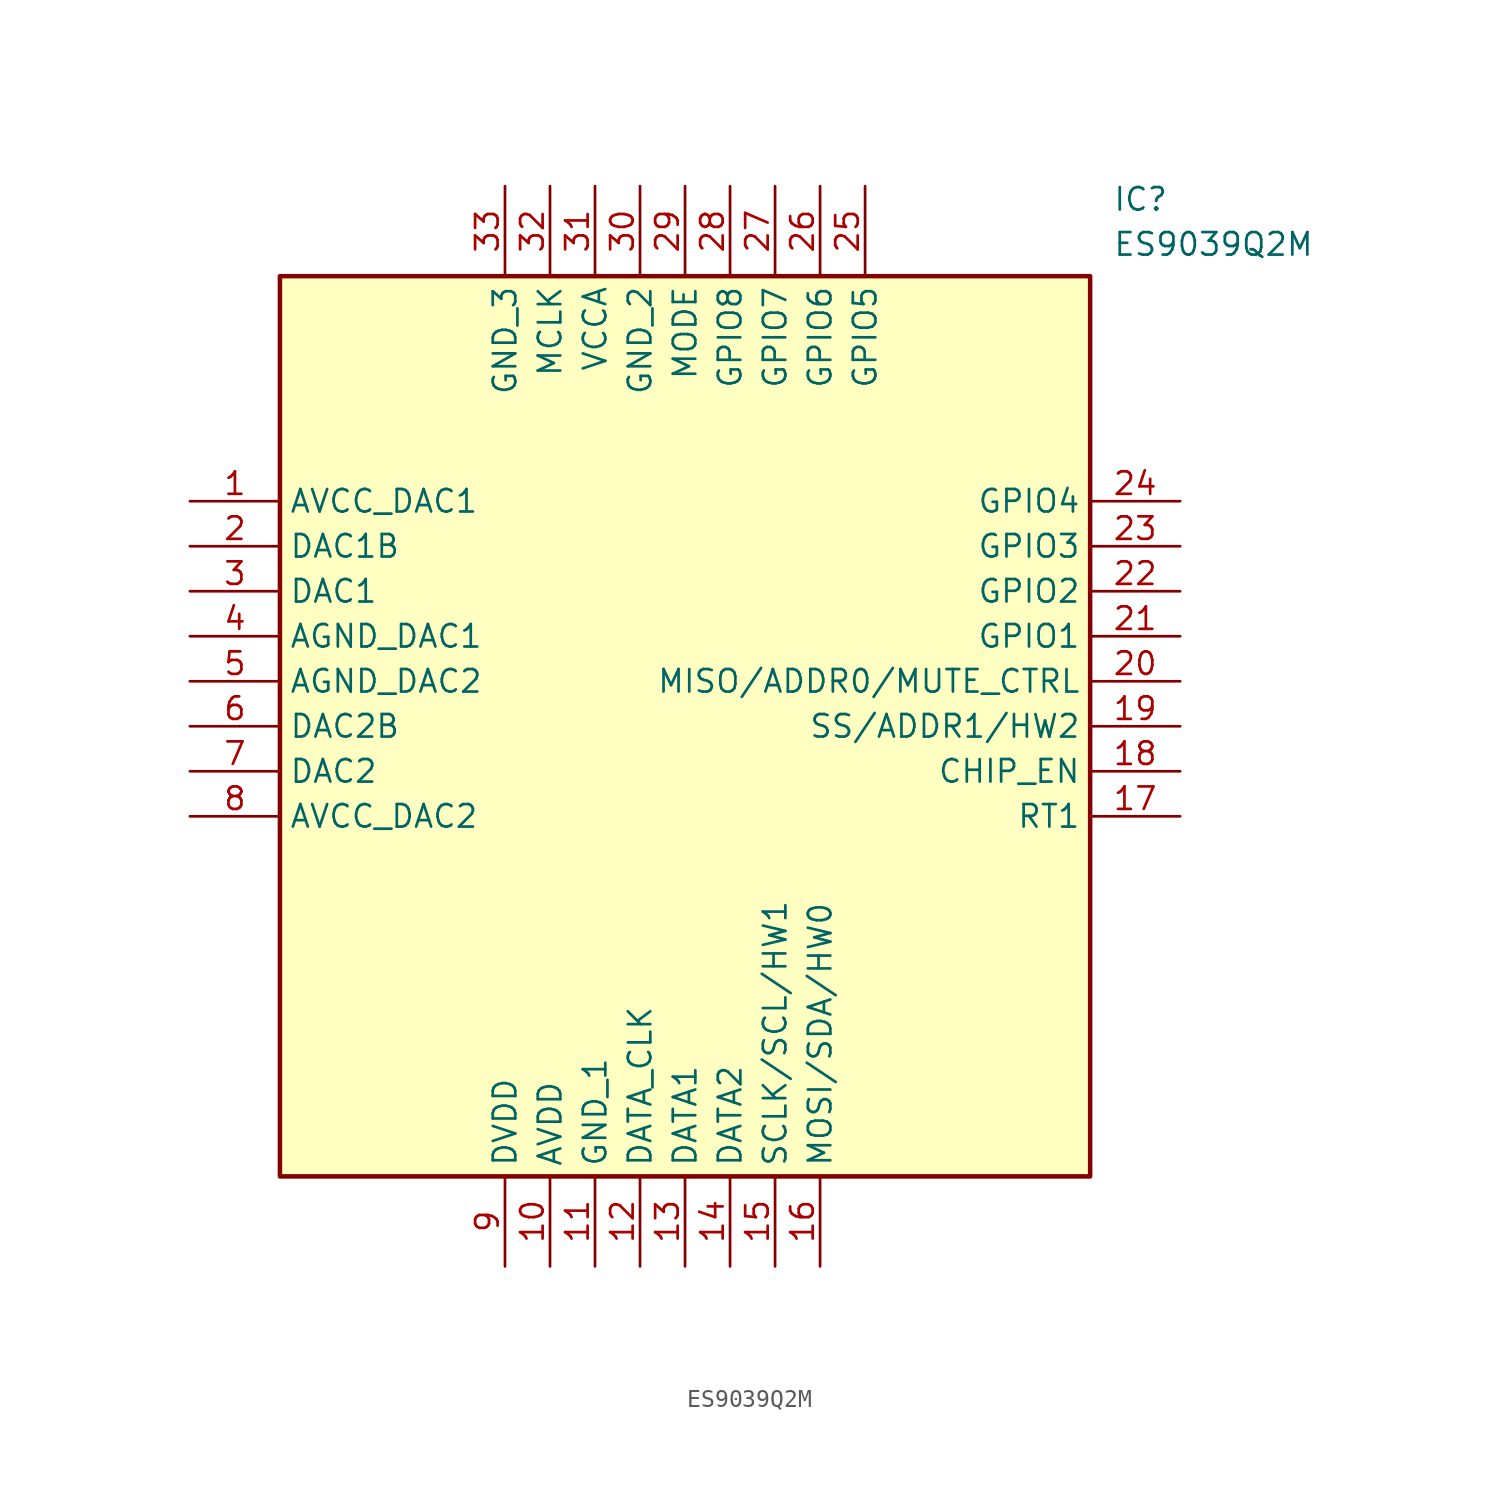
<source format=kicad_sym>
(kicad_symbol_lib
  (version 20211014)
  (generator SamacSys_ECAD_Model)
  (symbol "ES9039Q2M"
    (property "Reference" "IC"
      (at 52.07 17.78 0)
      (effects (font (size 1.27 1.27)) (justify left top)))
    (property "Value" "ES9039Q2M"
      (at 52.07 15.24 0)
      (effects (font (size 1.27 1.27)) (justify left top)))
    (rectangle
      (start 5.08 12.7)
      (end 50.8 -38.1)
      (stroke (width 0.254) (type default))
      (fill (type background)))
    (pin passive line
      (at 0 0 0)
      (length 5.08)
      (name "AVCC_DAC1" (effects (font (size 1.27 1.27))))
      (number "1" (effects (font (size 1.27 1.27)))))
    (pin passive line
      (at 0 -2.54 0)
      (length 5.08)
      (name "DAC1B" (effects (font (size 1.27 1.27))))
      (number "2" (effects (font (size 1.27 1.27)))))
    (pin passive line
      (at 0 -5.08 0)
      (length 5.08)
      (name "DAC1" (effects (font (size 1.27 1.27))))
      (number "3" (effects (font (size 1.27 1.27)))))
    (pin passive line
      (at 0 -7.62 0)
      (length 5.08)
      (name "AGND_DAC1" (effects (font (size 1.27 1.27))))
      (number "4" (effects (font (size 1.27 1.27)))))
    (pin passive line
      (at 0 -10.16 0)
      (length 5.08)
      (name "AGND_DAC2" (effects (font (size 1.27 1.27))))
      (number "5" (effects (font (size 1.27 1.27)))))
    (pin passive line
      (at 0 -12.7 0)
      (length 5.08)
      (name "DAC2B" (effects (font (size 1.27 1.27))))
      (number "6" (effects (font (size 1.27 1.27)))))
    (pin passive line
      (at 0 -15.24 0)
      (length 5.08)
      (name "DAC2" (effects (font (size 1.27 1.27))))
      (number "7" (effects (font (size 1.27 1.27)))))
    (pin passive line
      (at 0 -17.78 0)
      (length 5.08)
      (name "AVCC_DAC2" (effects (font (size 1.27 1.27))))
      (number "8" (effects (font (size 1.27 1.27)))))
    (pin passive line
      (at 17.78 -43.18 90)
      (length 5.08)
      (name "DVDD" (effects (font (size 1.27 1.27))))
      (number "9" (effects (font (size 1.27 1.27)))))
    (pin passive line
      (at 20.32 -43.18 90)
      (length 5.08)
      (name "AVDD" (effects (font (size 1.27 1.27))))
      (number "10" (effects (font (size 1.27 1.27)))))
    (pin passive line
      (at 22.86 -43.18 90)
      (length 5.08)
      (name "GND_1" (effects (font (size 1.27 1.27))))
      (number "11" (effects (font (size 1.27 1.27)))))
    (pin passive line
      (at 25.4 -43.18 90)
      (length 5.08)
      (name "DATA_CLK" (effects (font (size 1.27 1.27))))
      (number "12" (effects (font (size 1.27 1.27)))))
    (pin passive line
      (at 27.94 -43.18 90)
      (length 5.08)
      (name "DATA1" (effects (font (size 1.27 1.27))))
      (number "13" (effects (font (size 1.27 1.27)))))
    (pin passive line
      (at 30.48 -43.18 90)
      (length 5.08)
      (name "DATA2" (effects (font (size 1.27 1.27))))
      (number "14" (effects (font (size 1.27 1.27)))))
    (pin passive line
      (at 33.02 -43.18 90)
      (length 5.08)
      (name "SCLK/SCL/HW1" (effects (font (size 1.27 1.27))))
      (number "15" (effects (font (size 1.27 1.27)))))
    (pin passive line
      (at 35.56 -43.18 90)
      (length 5.08)
      (name "MOSI/SDA/HW0" (effects (font (size 1.27 1.27))))
      (number "16" (effects (font (size 1.27 1.27)))))
    (pin passive line
      (at 55.88 0 180)
      (length 5.08)
      (name "GPIO4" (effects (font (size 1.27 1.27))))
      (number "24" (effects (font (size 1.27 1.27)))))
    (pin passive line
      (at 55.88 -2.54 180)
      (length 5.08)
      (name "GPIO3" (effects (font (size 1.27 1.27))))
      (number "23" (effects (font (size 1.27 1.27)))))
    (pin passive line
      (at 55.88 -5.08 180)
      (length 5.08)
      (name "GPIO2" (effects (font (size 1.27 1.27))))
      (number "22" (effects (font (size 1.27 1.27)))))
    (pin passive line
      (at 55.88 -7.62 180)
      (length 5.08)
      (name "GPIO1" (effects (font (size 1.27 1.27))))
      (number "21" (effects (font (size 1.27 1.27)))))
    (pin passive line
      (at 55.88 -10.16 180)
      (length 5.08)
      (name "MISO/ADDR0/MUTE_CTRL" (effects (font (size 1.27 1.27))))
      (number "20" (effects (font (size 1.27 1.27)))))
    (pin passive line
      (at 55.88 -12.7 180)
      (length 5.08)
      (name "SS/ADDR1/HW2" (effects (font (size 1.27 1.27))))
      (number "19" (effects (font (size 1.27 1.27)))))
    (pin passive line
      (at 55.88 -15.24 180)
      (length 5.08)
      (name "CHIP_EN" (effects (font (size 1.27 1.27))))
      (number "18" (effects (font (size 1.27 1.27)))))
    (pin passive line
      (at 55.88 -17.78 180)
      (length 5.08)
      (name "RT1" (effects (font (size 1.27 1.27))))
      (number "17" (effects (font (size 1.27 1.27)))))
    (pin passive line
      (at 17.78 17.78 270)
      (length 5.08)
      (name "GND_3" (effects (font (size 1.27 1.27))))
      (number "33" (effects (font (size 1.27 1.27)))))
    (pin passive line
      (at 20.32 17.78 270)
      (length 5.08)
      (name "MCLK" (effects (font (size 1.27 1.27))))
      (number "32" (effects (font (size 1.27 1.27)))))
    (pin passive line
      (at 22.86 17.78 270)
      (length 5.08)
      (name "VCCA" (effects (font (size 1.27 1.27))))
      (number "31" (effects (font (size 1.27 1.27)))))
    (pin passive line
      (at 25.4 17.78 270)
      (length 5.08)
      (name "GND_2" (effects (font (size 1.27 1.27))))
      (number "30" (effects (font (size 1.27 1.27)))))
    (pin passive line
      (at 27.94 17.78 270)
      (length 5.08)
      (name "MODE" (effects (font (size 1.27 1.27))))
      (number "29" (effects (font (size 1.27 1.27)))))
    (pin passive line
      (at 30.48 17.78 270)
      (length 5.08)
      (name "GPIO8" (effects (font (size 1.27 1.27))))
      (number "28" (effects (font (size 1.27 1.27)))))
    (pin passive line
      (at 33.02 17.78 270)
      (length 5.08)
      (name "GPIO7" (effects (font (size 1.27 1.27))))
      (number "27" (effects (font (size 1.27 1.27)))))
    (pin passive line
      (at 35.56 17.78 270)
      (length 5.08)
      (name "GPIO6" (effects (font (size 1.27 1.27))))
      (number "26" (effects (font (size 1.27 1.27)))))
    (pin passive line
      (at 38.1 17.78 270)
      (length 5.08)
      (name "GPIO5" (effects (font (size 1.27 1.27))))
      (number "25" (effects (font (size 1.27 1.27)))))))
</source>
